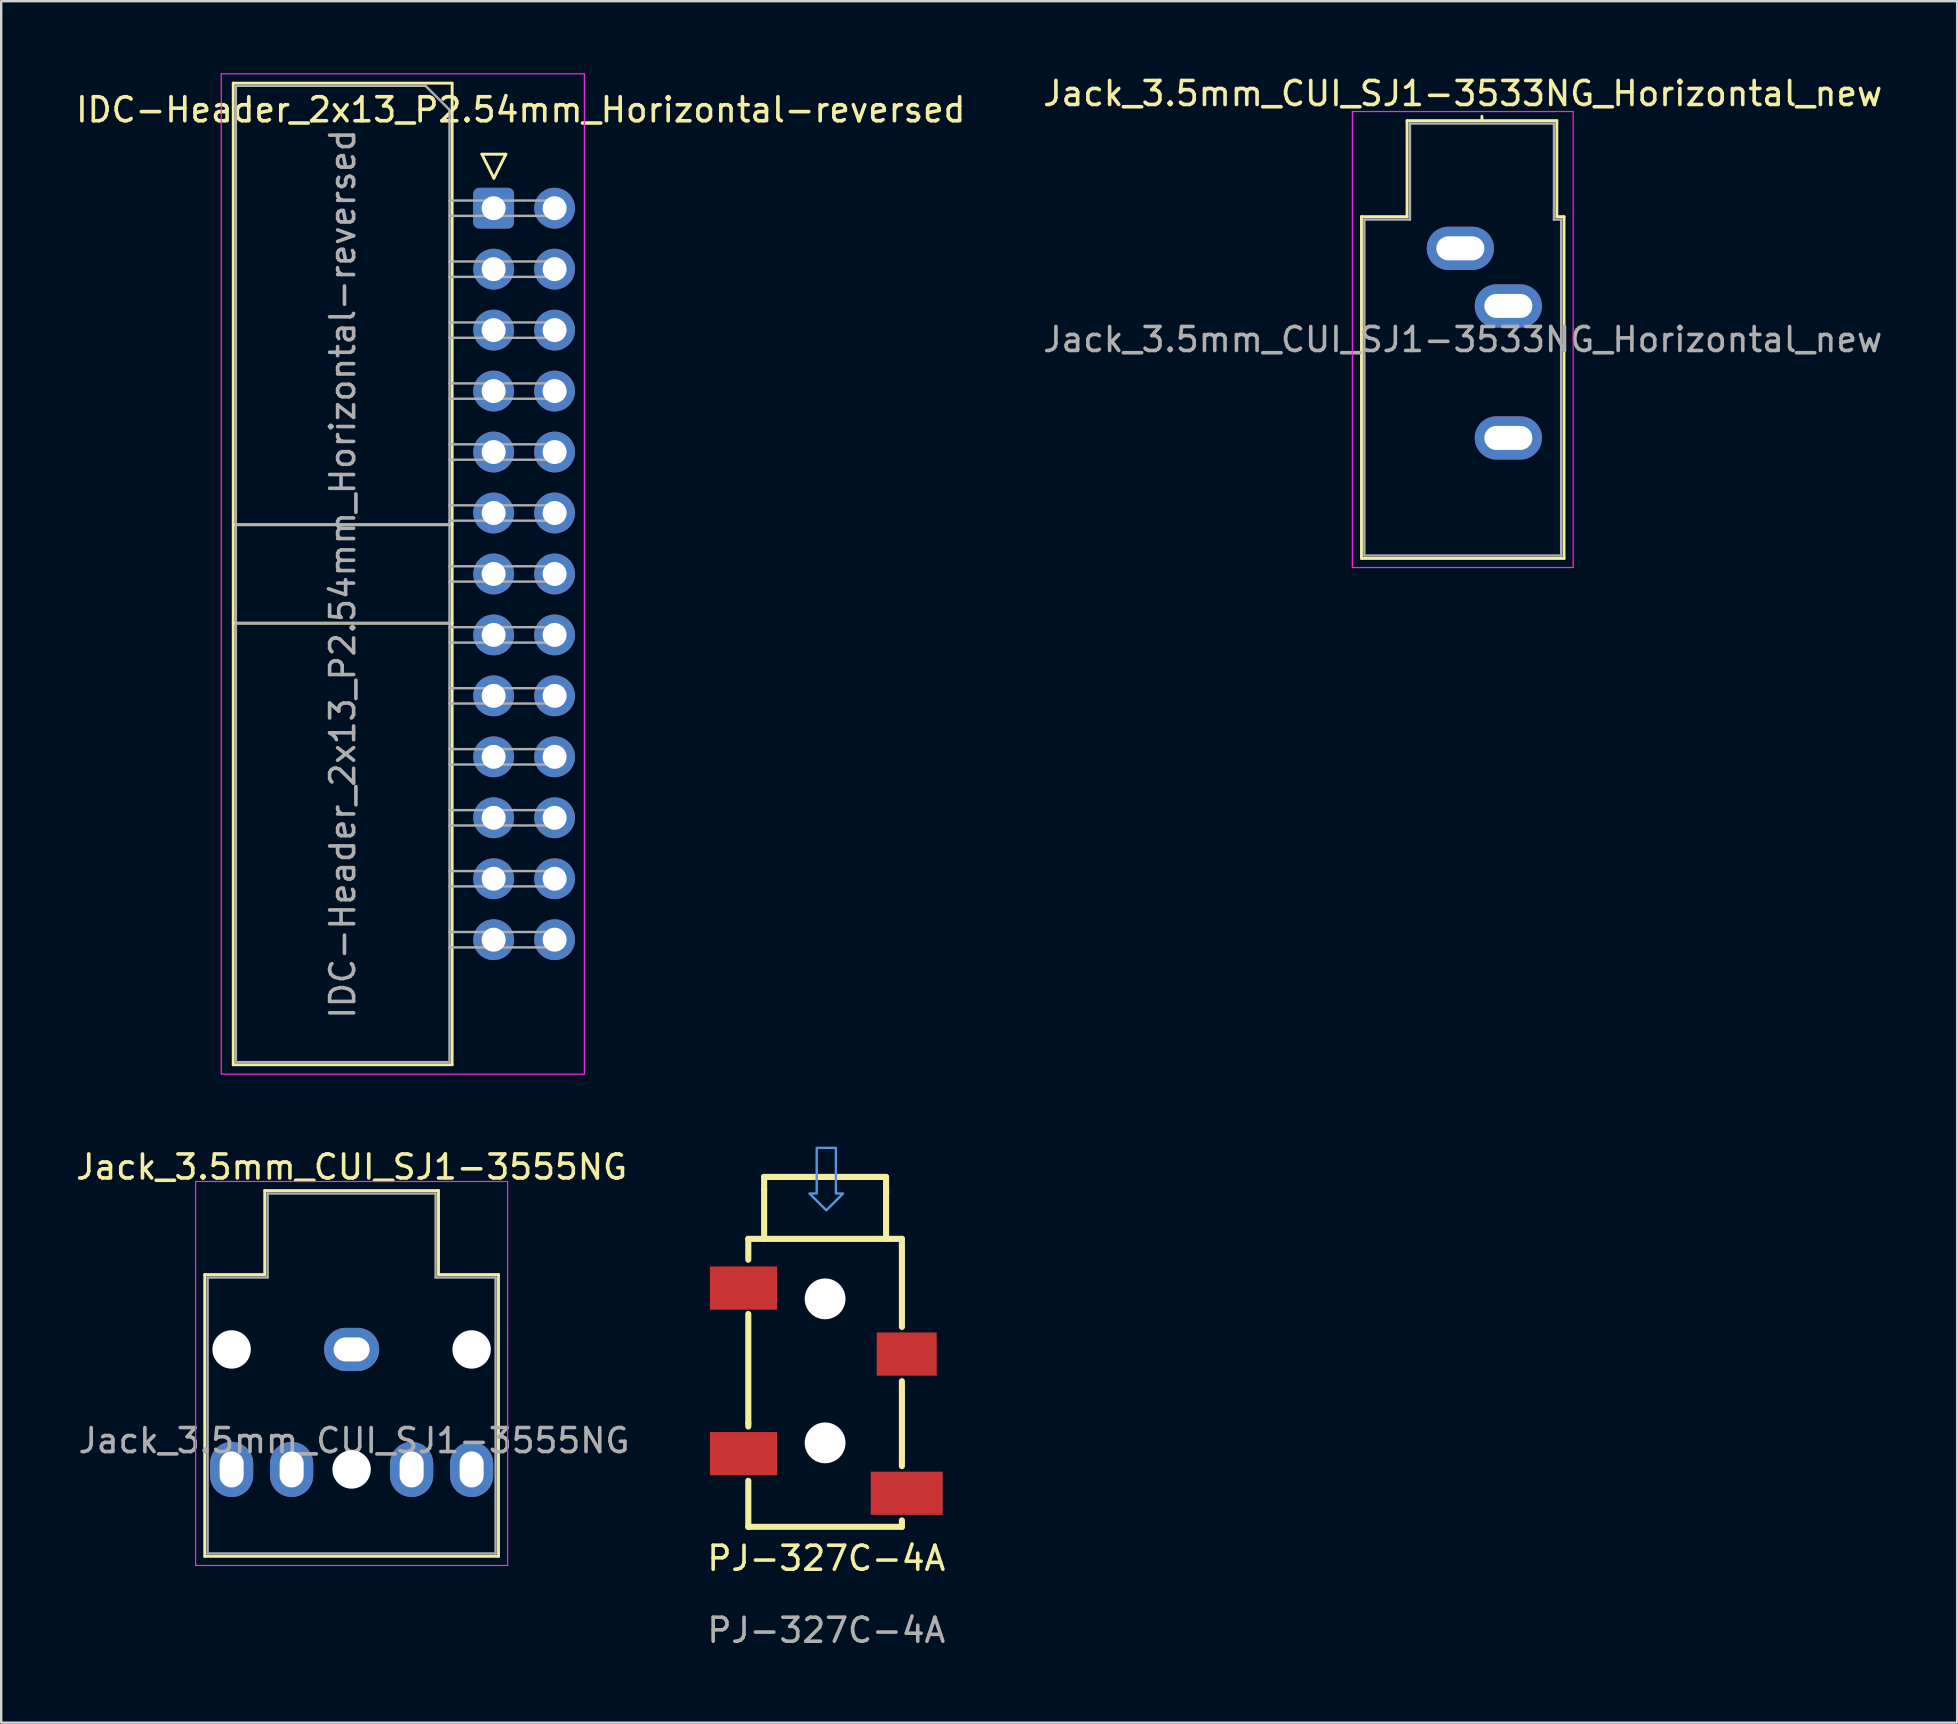
<source format=kicad_pcb>
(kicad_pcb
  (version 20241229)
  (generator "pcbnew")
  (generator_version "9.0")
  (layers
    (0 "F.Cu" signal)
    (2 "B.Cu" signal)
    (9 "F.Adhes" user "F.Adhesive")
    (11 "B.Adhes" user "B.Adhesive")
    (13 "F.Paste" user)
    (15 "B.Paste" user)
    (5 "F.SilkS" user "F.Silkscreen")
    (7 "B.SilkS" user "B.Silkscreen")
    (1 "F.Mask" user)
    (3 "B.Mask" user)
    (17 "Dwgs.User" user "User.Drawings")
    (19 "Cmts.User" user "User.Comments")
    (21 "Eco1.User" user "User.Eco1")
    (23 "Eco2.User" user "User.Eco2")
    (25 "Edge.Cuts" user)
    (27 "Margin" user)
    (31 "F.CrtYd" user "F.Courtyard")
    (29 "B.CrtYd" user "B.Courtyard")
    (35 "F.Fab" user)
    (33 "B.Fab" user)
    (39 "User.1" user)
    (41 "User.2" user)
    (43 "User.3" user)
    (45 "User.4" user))
  (footprint "Jack_3.5mm_CUI_SJ1-3533NG_Horizontal_new"
    (layer "F.Cu")
    (at 57.799 7.298)
    (property "Reference" "Jack_3.5mm_CUI_SJ1-3533NG_Horizontal_new" (at 0.1 -6.45 180) (layer "F.SilkS") (effects (font (size 1 1) (thickness 0.15))))
    (attr through_hole)
    (fp_line (start -4.12 -1.32) (end -2.22 -1.32) (stroke (width 0.12) (type solid)) (layer "F.SilkS"))
    (fp_line (start -4.12 12.92) (end -4.12 -1.32) (stroke (width 0.12) (type solid)) (layer "F.SilkS"))
    (fp_line (start -2.22 -5.32) (end 4.02 -5.32) (stroke (width 0.12) (type solid)) (layer "F.SilkS"))
    (fp_line (start -2.22 -1.32) (end -2.22 -5.32) (stroke (width 0.12) (type solid)) (layer "F.SilkS"))
    (fp_line (start 0.9 -5.32) (end 0.9 -5.5) (stroke (width 0.12) (type solid)) (layer "F.SilkS"))
    (fp_line (start 4.02 -5.32) (end 4.02 -1.32) (stroke (width 0.12) (type solid)) (layer "F.SilkS"))
    (fp_line (start 4.02 -1.32) (end 4.32 -1.32) (stroke (width 0.12) (type solid)) (layer "F.SilkS"))
    (fp_line (start 4.32 -1.32) (end 4.32 12.92) (stroke (width 0.12) (type solid)) (layer "F.SilkS"))
    (fp_line (start 4.32 12.92) (end -4.12 12.92) (stroke (width 0.12) (type solid)) (layer "F.SilkS"))
    (fp_line (start -4.5 -5.7) (end -4.5 13.3) (stroke (width 0.05) (type solid)) (layer "F.CrtYd"))
    (fp_line (start -4.5 13.3) (end 4.7 13.3) (stroke (width 0.05) (type solid)) (layer "F.CrtYd"))
    (fp_line (start 4.7 -5.7) (end -4.5 -5.7) (stroke (width 0.05) (type solid)) (layer "F.CrtYd"))
    (fp_line (start 4.7 13.3) (end 4.7 -5.7) (stroke (width 0.05) (type solid)) (layer "F.CrtYd"))
    (fp_line (start -4 -1.2) (end -2.1 -1.2) (stroke (width 0.1) (type solid)) (layer "F.Fab"))
    (fp_line (start -4 12.8) (end -4 -1.2) (stroke (width 0.1) (type solid)) (layer "F.Fab"))
    (fp_line (start -2.1 -5.2) (end 3.9 -5.2) (stroke (width 0.1) (type solid)) (layer "F.Fab"))
    (fp_line (start -2.1 -1.2) (end -2.1 -5.2) (stroke (width 0.1) (type solid)) (layer "F.Fab"))
    (fp_line (start 3.9 -5.2) (end 3.9 -1.2) (stroke (width 0.1) (type solid)) (layer "F.Fab"))
    (fp_line (start 3.9 -1.2) (end 4.2 -1.2) (stroke (width 0.1) (type solid)) (layer "F.Fab"))
    (fp_line (start 4.2 -1.2) (end 4.2 12.8) (stroke (width 0.1) (type solid)) (layer "F.Fab"))
    (fp_line (start 4.2 12.8) (end -4 12.8) (stroke (width 0.1) (type solid)) (layer "F.Fab"))
    (fp_text user "${REFERENCE}" (at 0.1 3.8 180) (layer "F.Fab") (effects (font (size 1 1) (thickness 0.15))))
    (pad "R" thru_hole oval (at 2 7.9) (size 2.8 1.8) (drill oval 2 1) (layers "*.Cu" "*.Mask"))
    (pad "S" thru_hole oval (at 0 0) (size 2.8 1.8) (drill oval 2 1) (layers "*.Cu" "*.Mask"))
    (pad "T" thru_hole oval (at 2 2.4) (size 2.8 1.8) (drill oval 2 1) (layers "*.Cu" "*.Mask")))
  (footprint "PJ-327C-4A"
    (layer "F.Cu")
    (at 31.38 53.28)
    (property "Reference" "PJ-327C-4A" (at 0 8.6 0) (unlocked yes) (layer "F.SilkS") (effects (font (size 1 1) (thickness 0.15))))
    (attr smd)
    (fp_line (start -3.25 -4.71) (end 3.15 -4.71) (stroke (width 0.254) (type solid)) (layer "F.SilkS"))
    (fp_line (start -3.25 -3.841) (end -3.25 -4.71) (stroke (width 0.254) (type solid)) (layer "F.SilkS"))
    (fp_line (start -3.25 2.959) (end -3.25 -1.579) (stroke (width 0.254) (type solid)) (layer "F.SilkS"))
    (fp_line (start -3.25 2.959) (end -3.25 3.109) (stroke (width 0.254) (type solid)) (layer "F.SilkS"))
    (fp_line (start -3.25 5.371) (end -3.25 7.29) (stroke (width 0.254) (type solid)) (layer "F.SilkS"))
    (fp_line (start -3.25 7.29) (end 3.15 7.29) (stroke (width 0.254) (type solid)) (layer "F.SilkS"))
    (fp_line (start -2.59 -7.29) (end -2.59 -6.742) (stroke (width 0.254) (type solid)) (layer "F.SilkS"))
    (fp_line (start -2.59 -7.29) (end 2.49 -7.29) (stroke (width 0.254) (type solid)) (layer "F.SilkS"))
    (fp_line (start -2.59 -6.742) (end -2.59 -4.71) (stroke (width 0.254) (type solid)) (layer "F.SilkS"))
    (fp_line (start 2.49 -7.29) (end 2.49 -6.598) (stroke (width 0.254) (type solid)) (layer "F.SilkS"))
    (fp_line (start 2.49 -6.742) (end 2.49 -4.71) (stroke (width 0.254) (type solid)) (layer "F.SilkS"))
    (fp_line (start 3.15 -4.71) (end 3.15 -1.041) (stroke (width 0.254) (type solid)) (layer "F.SilkS"))
    (fp_line (start 3.15 1.221) (end 3.15 4.759) (stroke (width 0.254) (type solid)) (layer "F.SilkS"))
    (fp_line (start 3.15 7.021) (end 3.15 7.29) (stroke (width 0.254) (type solid)) (layer "F.SilkS"))
    (fp_poly (pts (xy -0.4 -8.5) (xy -0.4 -6.6) (xy -0.7 -6.6) (xy 0 -5.9) (xy 0.7 -6.6) (xy 0.4 -6.6) (xy 0.4 -8.5)) (stroke (width 0.1) (type solid)) (fill no) (layer "Cmts.User"))
    (fp_text user "${REFERENCE}" (at 0 11.6 0) (unlocked yes) (layer "F.Fab") (effects (font (size 1 1) (thickness 0.15))))
    (pad "" np_thru_hole circle (at -0.05 -2.21) (size 1.7 1.7) (drill 1.7) (layers "*.Cu" "*.Mask"))
    (pad "" np_thru_hole circle (at -0.05 3.79) (size 1.7 1.7) (drill 1.7) (layers "*.Cu" "*.Mask"))
    (pad "1" smd rect (at -3.45 -2.66 90) (size 1.8 2.8) (layers "F.Cu" "F.Mask" "F.Paste"))
    (pad "2" smd rect (at -3.45 4.24 90) (size 1.8 2.8) (layers "F.Cu" "F.Mask" "F.Paste"))
    (pad "3" smd rect (at 3.35 0.09 90) (size 1.8 2.5) (layers "F.Cu" "F.Mask" "F.Paste"))
    (pad "4" smd rect (at 3.35 5.89 90) (size 1.8 3) (layers "F.Cu" "F.Mask" "F.Paste")))
  (footprint "Jack_3.5mm_CUI_SJ1-3555NG"
    (layer "F.Cu")
    (at 11.601 53.178)
    (property "Reference" "Jack_3.5mm_CUI_SJ1-3555NG" (at 0 -7.6 0) (layer "F.SilkS") (effects (font (size 1 1) (thickness 0.15))))
    (attr through_hole)
    (fp_line (start -6.12 -3.12) (end -3.62 -3.12) (stroke (width 0.12) (type solid)) (layer "F.SilkS"))
    (fp_line (start -6.12 8.62) (end -6.12 -3.12) (stroke (width 0.12) (type solid)) (layer "F.SilkS"))
    (fp_line (start -3.62 -6.62) (end 3.62 -6.62) (stroke (width 0.12) (type solid)) (layer "F.SilkS"))
    (fp_line (start -3.62 -3.12) (end -3.62 -6.62) (stroke (width 0.12) (type solid)) (layer "F.SilkS"))
    (fp_line (start 3.62 -6.62) (end 3.62 -3.12) (stroke (width 0.12) (type solid)) (layer "F.SilkS"))
    (fp_line (start 3.62 -3.12) (end 6.12 -3.12) (stroke (width 0.12) (type solid)) (layer "F.SilkS"))
    (fp_line (start 6.12 -3.12) (end 6.12 8.62) (stroke (width 0.12) (type solid)) (layer "F.SilkS"))
    (fp_line (start 6.12 8.62) (end -6.12 8.62) (stroke (width 0.12) (type solid)) (layer "F.SilkS"))
    (fp_line (start -6.5 -7) (end -6.5 9) (stroke (width 0.05) (type solid)) (layer "F.CrtYd"))
    (fp_line (start -6.5 9) (end 6.5 9) (stroke (width 0.05) (type solid)) (layer "F.CrtYd"))
    (fp_line (start 6.5 -7) (end -6.5 -7) (stroke (width 0.05) (type solid)) (layer "F.CrtYd"))
    (fp_line (start 6.5 9) (end 6.5 -7) (stroke (width 0.05) (type solid)) (layer "F.CrtYd"))
    (fp_line (start -6 -3) (end -3.5 -3) (stroke (width 0.1) (type solid)) (layer "F.Fab"))
    (fp_line (start -6 8.5) (end -6 -3) (stroke (width 0.1) (type solid)) (layer "F.Fab"))
    (fp_line (start -3.5 -6.5) (end 3.5 -6.5) (stroke (width 0.1) (type solid)) (layer "F.Fab"))
    (fp_line (start -3.5 -3) (end -3.5 -6.5) (stroke (width 0.1) (type solid)) (layer "F.Fab"))
    (fp_line (start 3.5 -6.5) (end 3.5 -3) (stroke (width 0.1) (type solid)) (layer "F.Fab"))
    (fp_line (start 3.5 -3) (end 6 -3) (stroke (width 0.1) (type solid)) (layer "F.Fab"))
    (fp_line (start 6 -3) (end 6 8.5) (stroke (width 0.1) (type solid)) (layer "F.Fab"))
    (fp_line (start 6 8.5) (end -6 8.5) (stroke (width 0.1) (type solid)) (layer "F.Fab"))
    (fp_text user "${REFERENCE}" (at 0.1 3.8 0) (layer "F.Fab") (effects (font (size 1 1) (thickness 0.15))))
    (pad "" np_thru_hole circle (at -5 0) (size 1.6 1.6) (drill 1.6) (layers "*.Cu" "*.Mask"))
    (pad "" np_thru_hole circle (at 0 5) (size 1.6 1.6) (drill 1.6) (layers "*.Cu" "*.Mask"))
    (pad "" np_thru_hole circle (at 5 0) (size 1.6 1.6) (drill 1.6) (layers "*.Cu" "*.Mask"))
    (pad "R" thru_hole oval (at 5 5 90) (size 2.3 1.8) (drill oval 1.5 1) (layers "*.Cu" "*.Mask"))
    (pad "RN" thru_hole oval (at 2.5 5 90) (size 2.3 1.8) (drill oval 1.5 1) (layers "*.Cu" "*.Mask"))
    (pad "S" thru_hole oval (at 0 0) (size 2.3 1.8) (drill oval 1.5 1) (layers "*.Cu" "*.Mask"))
    (pad "T" thru_hole oval (at -5 5 90) (size 2.3 1.8) (drill oval 1.5 1) (layers "*.Cu" "*.Mask"))
    (pad "TN" thru_hole oval (at -2.5 5 90) (size 2.3 1.8) (drill oval 1.5 1) (layers "*.Cu" "*.Mask")))
  (footprint "IDC-Header_2x13_P2.54mm_Horizontal-reversed"
    (layer "F.Cu")
    (at 17.519 5.625)
    (property "Reference" "IDC-Header_2x13_P2.54mm_Horizontal-reversed" (at 1.13 -4.1 0) (layer "F.SilkS") (effects (font (size 1 1) (thickness 0.15))))
    (attr through_hole)
    (fp_line (start -10.85 -5.21) (end -10.85 35.69) (stroke (width 0.12) (type solid)) (layer "F.SilkS"))
    (fp_line (start -10.85 35.69) (end -1.73 35.69) (stroke (width 0.12) (type solid)) (layer "F.SilkS"))
    (fp_line (start -1.73 -5.21) (end -10.85 -5.21) (stroke (width 0.12) (type solid)) (layer "F.SilkS"))
    (fp_line (start -1.73 13.19) (end -10.85 13.19) (stroke (width 0.12) (type solid)) (layer "F.SilkS"))
    (fp_line (start -1.73 17.29) (end -10.85 17.29) (stroke (width 0.12) (type solid)) (layer "F.SilkS"))
    (fp_line (start -1.73 35.69) (end -1.73 -5.21) (stroke (width 0.12) (type solid)) (layer "F.SilkS"))
    (fp_line (start -0.49 -2.25) (end 0.51 -2.25) (stroke (width 0.12) (type solid)) (layer "F.SilkS"))
    (fp_line (start 0.01 -1.25) (end -0.49 -2.25) (stroke (width 0.12) (type solid)) (layer "F.SilkS"))
    (fp_line (start 0.51 -2.25) (end 0.01 -1.25) (stroke (width 0.12) (type solid)) (layer "F.SilkS"))
    (fp_line (start -11.35 -5.6) (end -11.35 36.08) (stroke (width 0.05) (type solid)) (layer "F.CrtYd"))
    (fp_line (start -11.35 36.08) (end 3.78 36.08) (stroke (width 0.05) (type solid)) (layer "F.CrtYd"))
    (fp_line (start 3.78 -5.6) (end -11.35 -5.6) (stroke (width 0.05) (type solid)) (layer "F.CrtYd"))
    (fp_line (start 3.78 36.08) (end 3.78 -5.6) (stroke (width 0.05) (type solid)) (layer "F.CrtYd"))
    (fp_line (start -10.74 -5.1) (end -10.74 35.58) (stroke (width 0.1) (type solid)) (layer "F.Fab"))
    (fp_line (start -10.74 35.58) (end -1.84 35.58) (stroke (width 0.1) (type solid)) (layer "F.Fab"))
    (fp_line (start -2.84 -5.1) (end -10.74 -5.1) (stroke (width 0.1) (type solid)) (layer "F.Fab"))
    (fp_line (start -1.84 -4.1) (end -2.84 -5.1) (stroke (width 0.1) (type solid)) (layer "F.Fab"))
    (fp_line (start -1.84 -0.32) (end 2.86 -0.32) (stroke (width 0.1) (type solid)) (layer "F.Fab"))
    (fp_line (start -1.84 2.22) (end 2.86 2.22) (stroke (width 0.1) (type solid)) (layer "F.Fab"))
    (fp_line (start -1.84 4.76) (end 2.86 4.76) (stroke (width 0.1) (type solid)) (layer "F.Fab"))
    (fp_line (start -1.84 7.3) (end 2.86 7.3) (stroke (width 0.1) (type solid)) (layer "F.Fab"))
    (fp_line (start -1.84 9.84) (end 2.86 9.84) (stroke (width 0.1) (type solid)) (layer "F.Fab"))
    (fp_line (start -1.84 12.38) (end 2.86 12.38) (stroke (width 0.1) (type solid)) (layer "F.Fab"))
    (fp_line (start -1.84 13.19) (end -10.74 13.19) (stroke (width 0.1) (type solid)) (layer "F.Fab"))
    (fp_line (start -1.84 14.92) (end 2.86 14.92) (stroke (width 0.1) (type solid)) (layer "F.Fab"))
    (fp_line (start -1.84 17.29) (end -10.74 17.29) (stroke (width 0.1) (type solid)) (layer "F.Fab"))
    (fp_line (start -1.84 17.46) (end 2.86 17.46) (stroke (width 0.1) (type solid)) (layer "F.Fab"))
    (fp_line (start -1.84 20) (end 2.86 20) (stroke (width 0.1) (type solid)) (layer "F.Fab"))
    (fp_line (start -1.84 22.54) (end 2.86 22.54) (stroke (width 0.1) (type solid)) (layer "F.Fab"))
    (fp_line (start -1.84 25.08) (end 2.86 25.08) (stroke (width 0.1) (type solid)) (layer "F.Fab"))
    (fp_line (start -1.84 27.62) (end 2.86 27.62) (stroke (width 0.1) (type solid)) (layer "F.Fab"))
    (fp_line (start -1.84 30.16) (end 2.86 30.16) (stroke (width 0.1) (type solid)) (layer "F.Fab"))
    (fp_line (start -1.84 35.58) (end -1.84 -4.1) (stroke (width 0.1) (type solid)) (layer "F.Fab"))
    (fp_line (start 2.86 -0.32) (end 2.86 0.32) (stroke (width 0.1) (type solid)) (layer "F.Fab"))
    (fp_line (start 2.86 0.32) (end -1.84 0.32) (stroke (width 0.1) (type solid)) (layer "F.Fab"))
    (fp_line (start 2.86 2.22) (end 2.86 2.86) (stroke (width 0.1) (type solid)) (layer "F.Fab"))
    (fp_line (start 2.86 2.86) (end -1.84 2.86) (stroke (width 0.1) (type solid)) (layer "F.Fab"))
    (fp_line (start 2.86 4.76) (end 2.86 5.4) (stroke (width 0.1) (type solid)) (layer "F.Fab"))
    (fp_line (start 2.86 5.4) (end -1.84 5.4) (stroke (width 0.1) (type solid)) (layer "F.Fab"))
    (fp_line (start 2.86 7.3) (end 2.86 7.94) (stroke (width 0.1) (type solid)) (layer "F.Fab"))
    (fp_line (start 2.86 7.94) (end -1.84 7.94) (stroke (width 0.1) (type solid)) (layer "F.Fab"))
    (fp_line (start 2.86 9.84) (end 2.86 10.48) (stroke (width 0.1) (type solid)) (layer "F.Fab"))
    (fp_line (start 2.86 10.48) (end -1.84 10.48) (stroke (width 0.1) (type solid)) (layer "F.Fab"))
    (fp_line (start 2.86 12.38) (end 2.86 13.02) (stroke (width 0.1) (type solid)) (layer "F.Fab"))
    (fp_line (start 2.86 13.02) (end -1.84 13.02) (stroke (width 0.1) (type solid)) (layer "F.Fab"))
    (fp_line (start 2.86 14.92) (end 2.86 15.56) (stroke (width 0.1) (type solid)) (layer "F.Fab"))
    (fp_line (start 2.86 15.56) (end -1.84 15.56) (stroke (width 0.1) (type solid)) (layer "F.Fab"))
    (fp_line (start 2.86 17.46) (end 2.86 18.1) (stroke (width 0.1) (type solid)) (layer "F.Fab"))
    (fp_line (start 2.86 18.1) (end -1.84 18.1) (stroke (width 0.1) (type solid)) (layer "F.Fab"))
    (fp_line (start 2.86 20) (end 2.86 20.64) (stroke (width 0.1) (type solid)) (layer "F.Fab"))
    (fp_line (start 2.86 20.64) (end -1.84 20.64) (stroke (width 0.1) (type solid)) (layer "F.Fab"))
    (fp_line (start 2.86 22.54) (end 2.86 23.18) (stroke (width 0.1) (type solid)) (layer "F.Fab"))
    (fp_line (start 2.86 23.18) (end -1.84 23.18) (stroke (width 0.1) (type solid)) (layer "F.Fab"))
    (fp_line (start 2.86 25.08) (end 2.86 25.72) (stroke (width 0.1) (type solid)) (layer "F.Fab"))
    (fp_line (start 2.86 25.72) (end -1.84 25.72) (stroke (width 0.1) (type solid)) (layer "F.Fab"))
    (fp_line (start 2.86 27.62) (end 2.86 28.26) (stroke (width 0.1) (type solid)) (layer "F.Fab"))
    (fp_line (start 2.86 28.26) (end -1.84 28.26) (stroke (width 0.1) (type solid)) (layer "F.Fab"))
    (fp_line (start 2.86 30.16) (end 2.86 30.8) (stroke (width 0.1) (type solid)) (layer "F.Fab"))
    (fp_line (start 2.86 30.8) (end -1.84 30.8) (stroke (width 0.1) (type solid)) (layer "F.Fab"))
    (fp_text user "${REFERENCE}" (at -6.29 15.24 90) (layer "F.Fab") (effects (font (size 1 1) (thickness 0.15))))
    (pad "1" thru_hole roundrect (at 0 0) (size 1.7 1.7) (drill 1) (layers "*.Cu" "*.Mask") (roundrect_rratio 0.147))
    (pad "2" thru_hole circle (at 2.54 0) (size 1.7 1.7) (drill 1) (layers "*.Cu" "*.Mask"))
    (pad "3" thru_hole circle (at 0 2.54) (size 1.7 1.7) (drill 1) (layers "*.Cu" "*.Mask"))
    (pad "4" thru_hole circle (at 2.54 2.54) (size 1.7 1.7) (drill 1) (layers "*.Cu" "*.Mask"))
    (pad "5" thru_hole circle (at 0 5.08) (size 1.7 1.7) (drill 1) (layers "*.Cu" "*.Mask"))
    (pad "6" thru_hole circle (at 2.54 5.08) (size 1.7 1.7) (drill 1) (layers "*.Cu" "*.Mask"))
    (pad "7" thru_hole circle (at 0 7.62) (size 1.7 1.7) (drill 1) (layers "*.Cu" "*.Mask"))
    (pad "8" thru_hole circle (at 2.54 7.62) (size 1.7 1.7) (drill 1) (layers "*.Cu" "*.Mask"))
    (pad "9" thru_hole circle (at 0 10.16) (size 1.7 1.7) (drill 1) (layers "*.Cu" "*.Mask"))
    (pad "10" thru_hole circle (at 2.54 10.16) (size 1.7 1.7) (drill 1) (layers "*.Cu" "*.Mask"))
    (pad "11" thru_hole circle (at 0 12.7) (size 1.7 1.7) (drill 1) (layers "*.Cu" "*.Mask"))
    (pad "12" thru_hole circle (at 2.54 12.7) (size 1.7 1.7) (drill 1) (layers "*.Cu" "*.Mask"))
    (pad "13" thru_hole circle (at 0 15.24) (size 1.7 1.7) (drill 1) (layers "*.Cu" "*.Mask"))
    (pad "14" thru_hole circle (at 2.54 15.24) (size 1.7 1.7) (drill 1) (layers "*.Cu" "*.Mask"))
    (pad "15" thru_hole circle (at 0 17.78) (size 1.7 1.7) (drill 1) (layers "*.Cu" "*.Mask"))
    (pad "16" thru_hole circle (at 2.54 17.78) (size 1.7 1.7) (drill 1) (layers "*.Cu" "*.Mask"))
    (pad "17" thru_hole circle (at 0 20.32) (size 1.7 1.7) (drill 1) (layers "*.Cu" "*.Mask"))
    (pad "18" thru_hole circle (at 2.54 20.32) (size 1.7 1.7) (drill 1) (layers "*.Cu" "*.Mask"))
    (pad "19" thru_hole circle (at 0 22.86) (size 1.7 1.7) (drill 1) (layers "*.Cu" "*.Mask"))
    (pad "20" thru_hole circle (at 2.54 22.86) (size 1.7 1.7) (drill 1) (layers "*.Cu" "*.Mask"))
    (pad "21" thru_hole circle (at 0 25.4) (size 1.7 1.7) (drill 1) (layers "*.Cu" "*.Mask"))
    (pad "22" thru_hole circle (at 2.54 25.4) (size 1.7 1.7) (drill 1) (layers "*.Cu" "*.Mask"))
    (pad "23" thru_hole circle (at 0 27.94) (size 1.7 1.7) (drill 1) (layers "*.Cu" "*.Mask"))
    (pad "24" thru_hole circle (at 2.54 27.94) (size 1.7 1.7) (drill 1) (layers "*.Cu" "*.Mask"))
    (pad "25" thru_hole circle (at 0 30.48) (size 1.7 1.7) (drill 1) (layers "*.Cu" "*.Mask"))
    (pad "26" thru_hole circle (at 2.54 30.48) (size 1.7 1.7) (drill 1) (layers "*.Cu" "*.Mask")))
  (gr_rect
    (start -3 -3)
    (end 78.5 68.728)
    (stroke (width 0.1) (type default))
    (fill no)
    (layer "Edge.Cuts")))
</source>
